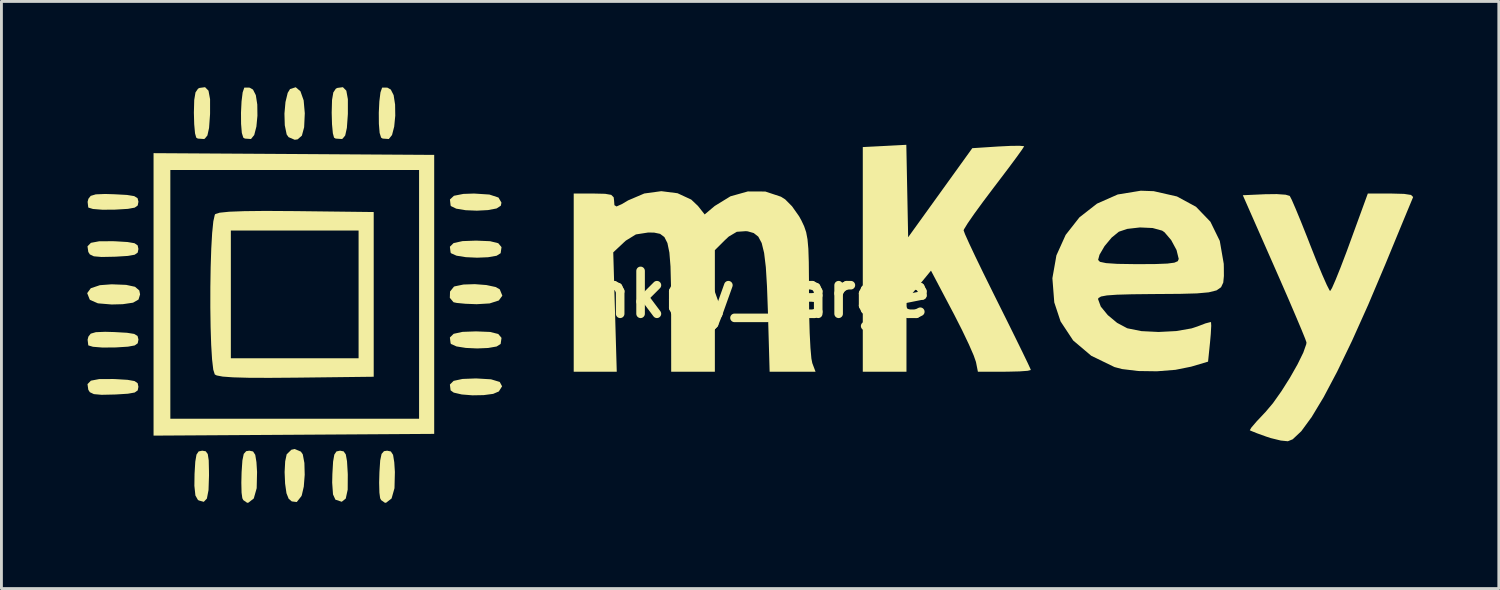
<source format=kicad_pcb>
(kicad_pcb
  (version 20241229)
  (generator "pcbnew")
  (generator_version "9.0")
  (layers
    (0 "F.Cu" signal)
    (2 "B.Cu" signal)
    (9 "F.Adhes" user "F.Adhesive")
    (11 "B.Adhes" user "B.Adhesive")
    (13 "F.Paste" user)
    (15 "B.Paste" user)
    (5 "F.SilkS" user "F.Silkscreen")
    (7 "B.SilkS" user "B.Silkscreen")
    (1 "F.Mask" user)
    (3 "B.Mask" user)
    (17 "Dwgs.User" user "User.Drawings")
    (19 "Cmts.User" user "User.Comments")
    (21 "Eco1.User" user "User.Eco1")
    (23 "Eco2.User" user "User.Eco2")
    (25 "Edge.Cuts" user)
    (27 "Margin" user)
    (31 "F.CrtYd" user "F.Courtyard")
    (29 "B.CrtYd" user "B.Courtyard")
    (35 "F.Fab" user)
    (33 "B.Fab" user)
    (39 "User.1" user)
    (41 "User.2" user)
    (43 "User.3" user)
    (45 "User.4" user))
  (footprint "mkey_large"
    (layer "F.Cu")
    (at 23.253 7.249)
    (property "Reference" "mkey_large" (at 0 0 0) (layer "F.SilkS") (effects (font (size 1.5 1.5) (thickness 0.3))))
    (attr board_only exclude_from_pos_files exclude_from_bom)
    (fp_poly (pts (xy -9.125 2.971) (xy -8.82 3.063) (xy -8.738 3.215) (xy -8.852 3.396) (xy -9.05 3.48) (xy -9.383 3.524) (xy -9.774 3.531) (xy -10.149 3.501) (xy -10.43 3.436) (xy -10.539 3.357) (xy -10.564 3.154) (xy -10.433 3.025) (xy -10.122 2.958) (xy -9.648 2.94)) (stroke (width 0) (type solid)) (fill yes) (layer "F.SilkS"))
    (fp_poly (pts (xy -21.89 -0.333) (xy -21.579 -0.266) (xy -21.43 -0.138) (xy -21.402 0) (xy -21.457 0.18) (xy -21.648 0.29) (xy -22.009 0.343) (xy -22.397 0.353) (xy -22.877 0.313) (xy -23.148 0.195) (xy -23.166 0.176) (xy -23.253 -0.044) (xy -23.127 -0.215) (xy -22.808 -0.322) (xy -22.397 -0.353)) (stroke (width 0) (type solid)) (fill yes) (layer "F.SilkS"))
    (fp_poly (pts (xy -15.792 -7.105) (xy -15.68 -6.788) (xy -15.64 -6.337) (xy -15.663 -5.847) (xy -15.742 -5.554) (xy -15.89 -5.424) (xy -15.993 -5.409) (xy -16.208 -5.501) (xy -16.274 -5.595) (xy -16.34 -5.916) (xy -16.352 -6.322) (xy -16.316 -6.729) (xy -16.238 -7.05) (xy -16.156 -7.184) (xy -15.957 -7.247)) (stroke (width 0) (type solid)) (fill yes) (layer "F.SilkS"))
    (fp_poly (pts (xy -9.181 -3.493) (xy -8.864 -3.388) (xy -8.76 -3.21) (xy -8.782 -3.102) (xy -8.93 -3.006) (xy -9.234 -2.949) (xy -9.621 -2.929) (xy -10.015 -2.945) (xy -10.342 -2.999) (xy -10.526 -3.089) (xy -10.539 -3.111) (xy -10.562 -3.32) (xy -10.422 -3.45) (xy -10.093 -3.515) (xy -9.718 -3.528)) (stroke (width 0) (type solid)) (fill yes) (layer "F.SilkS"))
    (fp_poly (pts (xy -9.158 -1.861) (xy -8.872 -1.79) (xy -8.758 -1.654) (xy -8.788 -1.441) (xy -8.929 -1.352) (xy -9.228 -1.3) (xy -9.611 -1.284) (xy -10.004 -1.302) (xy -10.332 -1.354) (xy -10.522 -1.439) (xy -10.539 -1.464) (xy -10.564 -1.667) (xy -10.433 -1.796) (xy -10.122 -1.864) (xy -9.648 -1.881)) (stroke (width 0) (type solid)) (fill yes) (layer "F.SilkS"))
    (fp_poly (pts (xy -9.158 1.314) (xy -8.872 1.385) (xy -8.758 1.521) (xy -8.788 1.734) (xy -8.929 1.823) (xy -9.228 1.875) (xy -9.611 1.891) (xy -10.004 1.873) (xy -10.332 1.821) (xy -10.522 1.736) (xy -10.539 1.711) (xy -10.564 1.508) (xy -10.433 1.379) (xy -10.122 1.311) (xy -9.648 1.294)) (stroke (width 0) (type solid)) (fill yes) (layer "F.SilkS"))
    (fp_poly (pts (xy -9.287 -0.327) (xy -8.964 -0.258) (xy -8.819 -0.176) (xy -8.729 0.045) (xy -8.853 0.213) (xy -9.173 0.316) (xy -9.628 0.343) (xy -10.019 0.328) (xy -10.323 0.299) (xy -10.436 0.275) (xy -10.566 0.121) (xy -10.559 -0.1) (xy -10.424 -0.269) (xy -10.397 -0.281) (xy -10.089 -0.345) (xy -9.69 -0.358)) (stroke (width 0) (type solid)) (fill yes) (layer "F.SilkS"))
    (fp_poly (pts (xy -17.45 5.495) (xy -17.373 5.613) (xy -17.331 5.871) (xy -17.31 6.213) (xy -17.323 6.78) (xy -17.425 7.14) (xy -17.614 7.287) (xy -17.657 7.291) (xy -17.79 7.198) (xy -17.825 7.131) (xy -17.852 6.936) (xy -17.86 6.587) (xy -17.851 6.22) (xy -17.823 5.809) (xy -17.776 5.581) (xy -17.691 5.485) (xy -17.58 5.468)) (stroke (width 0) (type solid)) (fill yes) (layer "F.SilkS"))
    (fp_poly (pts (xy -15.777 5.501) (xy -15.711 5.595) (xy -15.654 5.899) (xy -15.643 6.311) (xy -15.675 6.724) (xy -15.746 7.03) (xy -15.762 7.063) (xy -15.921 7.264) (xy -16.096 7.242) (xy -16.204 7.15) (xy -16.281 6.957) (xy -16.329 6.618) (xy -16.346 6.217) (xy -16.326 5.841) (xy -16.274 5.595) (xy -16.11 5.435) (xy -15.993 5.409)) (stroke (width 0) (type solid)) (fill yes) (layer "F.SilkS"))
    (fp_poly (pts (xy -12.629 5.495) (xy -12.552 5.613) (xy -12.51 5.871) (xy -12.488 6.213) (xy -12.502 6.78) (xy -12.604 7.14) (xy -12.793 7.287) (xy -12.836 7.291) (xy -12.968 7.198) (xy -13.004 7.131) (xy -13.03 6.936) (xy -13.039 6.587) (xy -13.029 6.22) (xy -13.002 5.809) (xy -12.954 5.581) (xy -12.87 5.485) (xy -12.759 5.468)) (stroke (width 0) (type solid)) (fill yes) (layer "F.SilkS"))
    (fp_poly (pts (xy -19.106 5.489) (xy -19.035 5.585) (xy -19.001 5.804) (xy -18.992 6.197) (xy -18.991 6.34) (xy -19.008 6.846) (xy -19.065 7.143) (xy -19.174 7.257) (xy -19.346 7.21) (xy -19.379 7.19) (xy -19.467 7.035) (xy -19.503 6.696) (xy -19.497 6.281) (xy -19.471 5.85) (xy -19.429 5.605) (xy -19.354 5.494) (xy -19.229 5.468) (xy -19.226 5.468)) (stroke (width 0) (type solid)) (fill yes) (layer "F.SilkS"))
    (fp_poly (pts (xy -19.009 -7.127) (xy -18.954 -6.829) (xy -18.954 -6.329) (xy -18.956 -6.281) (xy -18.989 -5.824) (xy -19.047 -5.56) (xy -19.14 -5.446) (xy -19.173 -5.436) (xy -19.382 -5.451) (xy -19.438 -5.484) (xy -19.48 -5.635) (xy -19.509 -5.953) (xy -19.52 -6.357) (xy -19.508 -6.803) (xy -19.464 -7.066) (xy -19.375 -7.196) (xy -19.324 -7.223) (xy -19.129 -7.249)) (stroke (width 0) (type solid)) (fill yes) (layer "F.SilkS"))
    (fp_poly (pts (xy -17.571 -7.233) (xy -17.452 -7.165) (xy -17.353 -6.97) (xy -17.302 -6.641) (xy -17.297 -6.251) (xy -17.333 -5.871) (xy -17.409 -5.576) (xy -17.521 -5.437) (xy -17.527 -5.436) (xy -17.736 -5.451) (xy -17.792 -5.484) (xy -17.843 -5.649) (xy -17.869 -5.966) (xy -17.872 -6.358) (xy -17.853 -6.75) (xy -17.814 -7.066) (xy -17.758 -7.23) (xy -17.751 -7.235)) (stroke (width 0) (type solid)) (fill yes) (layer "F.SilkS"))
    (fp_poly (pts (xy -14.281 5.492) (xy -14.206 5.598) (xy -14.163 5.835) (xy -14.138 6.253) (xy -14.136 6.306) (xy -14.139 6.831) (xy -14.207 7.143) (xy -14.347 7.255) (xy -14.565 7.183) (xy -14.569 7.181) (xy -14.653 6.998) (xy -14.682 6.587) (xy -14.675 6.281) (xy -14.65 5.85) (xy -14.607 5.605) (xy -14.532 5.494) (xy -14.408 5.468) (xy -14.405 5.468)) (stroke (width 0) (type solid)) (fill yes) (layer "F.SilkS"))
    (fp_poly (pts (xy -14.187 -7.127) (xy -14.133 -6.829) (xy -14.133 -6.329) (xy -14.135 -6.281) (xy -14.168 -5.824) (xy -14.226 -5.56) (xy -14.319 -5.446) (xy -14.352 -5.436) (xy -14.561 -5.451) (xy -14.617 -5.484) (xy -14.658 -5.635) (xy -14.688 -5.953) (xy -14.699 -6.357) (xy -14.687 -6.803) (xy -14.642 -7.066) (xy -14.554 -7.196) (xy -14.503 -7.223) (xy -14.307 -7.249)) (stroke (width 0) (type solid)) (fill yes) (layer "F.SilkS"))
    (fp_poly (pts (xy -12.749 -7.233) (xy -12.631 -7.165) (xy -12.532 -6.97) (xy -12.481 -6.641) (xy -12.475 -6.251) (xy -12.512 -5.871) (xy -12.588 -5.576) (xy -12.699 -5.437) (xy -12.706 -5.436) (xy -12.915 -5.451) (xy -12.97 -5.484) (xy -13.022 -5.649) (xy -13.048 -5.966) (xy -13.051 -6.358) (xy -13.032 -6.75) (xy -12.993 -7.066) (xy -12.936 -7.23) (xy -12.93 -7.235)) (stroke (width 0) (type solid)) (fill yes) (layer "F.SilkS"))
    (fp_poly (pts (xy -22.272 -1.858) (xy -21.842 -1.832) (xy -21.597 -1.79) (xy -21.487 -1.714) (xy -21.461 -1.59) (xy -21.461 -1.587) (xy -21.485 -1.463) (xy -21.591 -1.388) (xy -21.828 -1.346) (xy -22.246 -1.32) (xy -22.299 -1.318) (xy -22.75 -1.309) (xy -23.019 -1.332) (xy -23.16 -1.399) (xy -23.214 -1.485) (xy -23.242 -1.682) (xy -23.122 -1.804) (xy -22.829 -1.859) (xy -22.335 -1.86)) (stroke (width 0) (type solid)) (fill yes) (layer "F.SilkS"))
    (fp_poly (pts (xy -22.272 2.963) (xy -21.842 2.989) (xy -21.597 3.032) (xy -21.487 3.107) (xy -21.461 3.232) (xy -21.461 3.234) (xy -21.485 3.358) (xy -21.591 3.433) (xy -21.828 3.475) (xy -22.246 3.501) (xy -22.299 3.503) (xy -22.75 3.513) (xy -23.019 3.489) (xy -23.16 3.422) (xy -23.214 3.337) (xy -23.242 3.139) (xy -23.122 3.018) (xy -22.829 2.962) (xy -22.335 2.961)) (stroke (width 0) (type solid)) (fill yes) (layer "F.SilkS"))
    (fp_poly (pts (xy -16.022 -4.911) (xy -11.113 -4.88) (xy -11.113 0) (xy -11.113 4.88) (xy -16.022 4.911) (xy -20.931 4.941) (xy -20.931 0) (xy -20.931 -4.351) (xy -20.344 -4.351) (xy -20.344 0) (xy -20.344 4.351) (xy -15.993 4.351) (xy -11.642 4.351) (xy -11.642 0) (xy -11.642 -4.351) (xy -15.993 -4.351) (xy -20.344 -4.351) (xy -20.931 -4.351) (xy -20.931 -4.941)) (stroke (width 0) (type solid)) (fill yes) (layer "F.SilkS"))
    (fp_poly (pts (xy -22.299 -3.503) (xy -21.86 -3.479) (xy -21.608 -3.438) (xy -21.491 -3.367) (xy -21.461 -3.249) (xy -21.461 -3.234) (xy -21.485 -3.11) (xy -21.59 -3.035) (xy -21.827 -2.992) (xy -22.243 -2.967) (xy -22.303 -2.964) (xy -22.726 -2.962) (xy -23.05 -2.988) (xy -23.211 -3.037) (xy -23.215 -3.042) (xy -23.238 -3.238) (xy -23.21 -3.346) (xy -23.129 -3.447) (xy -22.951 -3.5) (xy -22.623 -3.513)) (stroke (width 0) (type solid)) (fill yes) (layer "F.SilkS"))
    (fp_poly (pts (xy -22.299 1.318) (xy -21.86 1.343) (xy -21.608 1.383) (xy -21.491 1.454) (xy -21.461 1.573) (xy -21.461 1.587) (xy -21.485 1.711) (xy -21.59 1.786) (xy -21.827 1.829) (xy -22.243 1.855) (xy -22.303 1.857) (xy -22.726 1.859) (xy -23.05 1.833) (xy -23.211 1.785) (xy -23.215 1.779) (xy -23.238 1.584) (xy -23.21 1.476) (xy -23.129 1.374) (xy -22.951 1.322) (xy -22.623 1.309)) (stroke (width 0) (type solid)) (fill yes) (layer "F.SilkS"))
    (fp_poly (pts (xy -16.066 -2.914) (xy -15.919 -2.913) (xy -13.229 -2.881) (xy -13.229 0) (xy -13.229 2.881) (xy -15.938 2.913) (xy -16.881 2.92) (xy -17.611 2.917) (xy -18.147 2.902) (xy -18.51 2.876) (xy -18.721 2.836) (xy -18.789 2.801) (xy -18.842 2.633) (xy -18.884 2.273) (xy -18.915 1.762) (xy -18.935 1.143) (xy -18.945 0.455) (xy -18.944 -0.259) (xy -18.933 -0.959) (xy -18.912 -1.602) (xy -18.881 -2.148) (xy -18.872 -2.234) (xy -18.227 -2.234) (xy -18.227 0) (xy -18.227 2.234) (xy -15.993 2.234) (xy -13.758 2.234) (xy -13.758 0) (xy -13.758 -2.234) (xy -15.993 -2.234) (xy -18.227 -2.234) (xy -18.872 -2.234) (xy -18.84 -2.555) (xy -18.789 -2.782) (xy -18.771 -2.81) (xy -18.618 -2.858) (xy -18.284 -2.892) (xy -17.756 -2.912) (xy -17.021 -2.92)) (stroke (width 0) (type solid)) (fill yes) (layer "F.SilkS"))
    (fp_poly (pts (xy 5.436 -3.616) (xy 5.468 -1.999) (xy 6.59 -3.557) (xy 7.712 -5.115) (xy 8.619 -5.174) (xy 9.046 -5.195) (xy 9.365 -5.199) (xy 9.519 -5.185) (xy 9.525 -5.179) (xy 9.457 -5.072) (xy 9.271 -4.812) (xy 8.991 -4.435) (xy 8.642 -3.974) (xy 8.467 -3.744) (xy 8.094 -3.249) (xy 7.778 -2.816) (xy 7.546 -2.48) (xy 7.422 -2.277) (xy 7.408 -2.239) (xy 7.459 -2.102) (xy 7.601 -1.786) (xy 7.818 -1.325) (xy 8.097 -0.749) (xy 8.422 -0.091) (xy 8.584 0.235) (xy 8.924 0.917) (xy 9.225 1.526) (xy 9.473 2.032) (xy 9.653 2.405) (xy 9.748 2.612) (xy 9.76 2.645) (xy 9.652 2.673) (xy 9.365 2.694) (xy 8.954 2.704) (xy 8.834 2.705) (xy 7.908 2.705) (xy 7.84 2.363) (xy 7.76 2.134) (xy 7.592 1.748) (xy 7.357 1.256) (xy 7.079 0.708) (xy 7.019 0.595) (xy 6.267 -0.831) (xy 5.838 -0.308) (xy 5.409 0.216) (xy 5.409 1.46) (xy 5.409 2.705) (xy 4.645 2.705) (xy 3.881 2.705) (xy 3.881 -1.225) (xy 3.881 -5.154) (xy 4.642 -5.193) (xy 5.404 -5.233)) (stroke (width 0) (type solid)) (fill yes) (layer "F.SilkS"))
    (fp_poly (pts (xy 22.818 -3.516) (xy 23.061 -3.479) (xy 23.133 -3.408) (xy 23.125 -3.381) (xy 23.062 -3.231) (xy 22.924 -2.899) (xy 22.726 -2.421) (xy 22.483 -1.832) (xy 22.209 -1.167) (xy 22.164 -1.058) (xy 21.561 0.367) (xy 20.997 1.623) (xy 20.477 2.701) (xy 20.005 3.593) (xy 19.585 4.29) (xy 19.223 4.785) (xy 18.922 5.069) (xy 18.752 5.138) (xy 18.504 5.113) (xy 18.149 5.026) (xy 17.992 4.974) (xy 17.673 4.859) (xy 17.462 4.774) (xy 17.42 4.753) (xy 17.475 4.659) (xy 17.659 4.444) (xy 17.933 4.153) (xy 17.964 4.121) (xy 18.229 3.808) (xy 18.527 3.387) (xy 18.825 2.915) (xy 19.091 2.446) (xy 19.292 2.036) (xy 19.396 1.741) (xy 19.403 1.68) (xy 19.357 1.549) (xy 19.229 1.234) (xy 19.032 0.767) (xy 18.78 0.178) (xy 18.484 -0.5) (xy 18.289 -0.944) (xy 17.176 -3.469) (xy 17.954 -3.504) (xy 18.363 -3.509) (xy 18.675 -3.487) (xy 18.818 -3.445) (xy 18.889 -3.307) (xy 19.026 -2.991) (xy 19.213 -2.538) (xy 19.432 -1.989) (xy 19.531 -1.734) (xy 19.756 -1.166) (xy 19.956 -0.686) (xy 20.113 -0.331) (xy 20.211 -0.14) (xy 20.232 -0.118) (xy 20.296 -0.222) (xy 20.422 -0.51) (xy 20.597 -0.945) (xy 20.804 -1.487) (xy 20.927 -1.823) (xy 21.549 -3.528) (xy 22.37 -3.528)) (stroke (width 0) (type solid)) (fill yes) (layer "F.SilkS"))
    (fp_poly (pts (xy -2.6 -3.539) (xy -2.121 -3.317) (xy -1.886 -3.095) (xy -1.651 -2.797) (xy -1.299 -3.093) (xy -0.749 -3.431) (xy -0.139 -3.602) (xy 0.471 -3.599) (xy 1.019 -3.417) (xy 1.166 -3.324) (xy 1.405 -3.083) (xy 1.651 -2.735) (xy 1.734 -2.585) (xy 1.83 -2.381) (xy 1.9 -2.175) (xy 1.947 -1.926) (xy 1.977 -1.592) (xy 1.992 -1.132) (xy 1.998 -0.505) (xy 1.999 0.017) (xy 2.005 0.715) (xy 2.023 1.349) (xy 2.05 1.874) (xy 2.083 2.245) (xy 2.114 2.403) (xy 2.228 2.705) (xy 1.425 2.705) (xy 0.622 2.705) (xy 0.562 0.607) (xy 0.53 -0.277) (xy 0.489 -0.954) (xy 0.429 -1.451) (xy 0.344 -1.797) (xy 0.225 -2.02) (xy 0.065 -2.146) (xy -0.142 -2.205) (xy -0.208 -2.212) (xy -0.526 -2.19) (xy -0.809 -2.022) (xy -0.942 -1.898) (xy -1.294 -1.547) (xy -1.294 0.579) (xy -1.294 2.705) (xy -2.058 2.705) (xy -2.822 2.705) (xy -2.824 0.559) (xy -2.829 -0.314) (xy -2.846 -0.979) (xy -2.885 -1.464) (xy -2.954 -1.797) (xy -3.06 -2.006) (xy -3.211 -2.118) (xy -3.417 -2.161) (xy -3.625 -2.165) (xy -4.056 -2.098) (xy -4.409 -1.881) (xy -4.485 -1.812) (xy -4.849 -1.47) (xy -4.787 0.617) (xy -4.726 2.705) (xy -5.479 2.705) (xy -6.232 2.705) (xy -6.232 -0.412) (xy -6.232 -3.528) (xy -5.527 -3.528) (xy -5.133 -3.519) (xy -4.92 -3.482) (xy -4.834 -3.397) (xy -4.821 -3.293) (xy -4.808 -3.121) (xy -4.734 -3.076) (xy -4.549 -3.158) (xy -4.328 -3.289) (xy -3.763 -3.53) (xy -3.167 -3.611)) (stroke (width 0) (type solid)) (fill yes) (layer "F.SilkS"))
    (fp_poly (pts (xy 14.058 -3.611) (xy 14.872 -3.426) (xy 15.538 -3.065) (xy 16.042 -2.542) (xy 16.37 -1.872) (xy 16.509 -1.07) (xy 16.512 -0.948) (xy 16.514 -0.643) (xy 16.492 -0.414) (xy 16.415 -0.25) (xy 16.256 -0.14) (xy 15.984 -0.072) (xy 15.57 -0.035) (xy 14.986 -0.019) (xy 14.201 -0.013) (xy 14.023 -0.012) (xy 13.294 -0.004) (xy 12.77 0.011) (xy 12.421 0.036) (xy 12.216 0.074) (xy 12.125 0.127) (xy 12.112 0.167) (xy 12.207 0.426) (xy 12.451 0.724) (xy 12.778 0.996) (xy 13.125 1.181) (xy 13.145 1.188) (xy 13.629 1.285) (xy 14.228 1.315) (xy 14.845 1.283) (xy 15.381 1.19) (xy 15.588 1.122) (xy 15.871 1.014) (xy 16.044 0.969) (xy 16.064 0.973) (xy 16.071 1.098) (xy 16.055 1.388) (xy 16.029 1.68) (xy 15.96 2.353) (xy 15.367 2.529) (xy 14.818 2.639) (xy 14.172 2.69) (xy 13.519 2.681) (xy 12.949 2.612) (xy 12.686 2.542) (xy 11.873 2.147) (xy 11.241 1.612) (xy 10.8 0.945) (xy 10.58 0.28) (xy 10.514 -0.566) (xy 10.627 -1.205) (xy 12.113 -1.205) (xy 12.178 -1.139) (xy 12.393 -1.094) (xy 12.783 -1.068) (xy 13.377 -1.059) (xy 13.523 -1.058) (xy 14.129 -1.062) (xy 14.536 -1.078) (xy 14.782 -1.11) (xy 14.902 -1.162) (xy 14.934 -1.24) (xy 14.934 -1.241) (xy 14.857 -1.553) (xy 14.669 -1.901) (xy 14.437 -2.173) (xy 14.353 -2.231) (xy 14.02 -2.322) (xy 13.577 -2.342) (xy 13.137 -2.292) (xy 12.84 -2.193) (xy 12.587 -1.987) (xy 12.339 -1.689) (xy 12.162 -1.386) (xy 12.113 -1.205) (xy 10.627 -1.205) (xy 10.654 -1.363) (xy 10.978 -2.081) (xy 11.46 -2.695) (xy 12.075 -3.175) (xy 12.798 -3.495) (xy 13.606 -3.627)) (stroke (width 0) (type solid)) (fill yes) (layer "F.SilkS")))
  (gr_rect
    (start -3 -3)
    (end 49.385 17.54)
    (stroke (width 0.1) (type default))
    (fill no)
    (layer "Edge.Cuts")))
</source>
